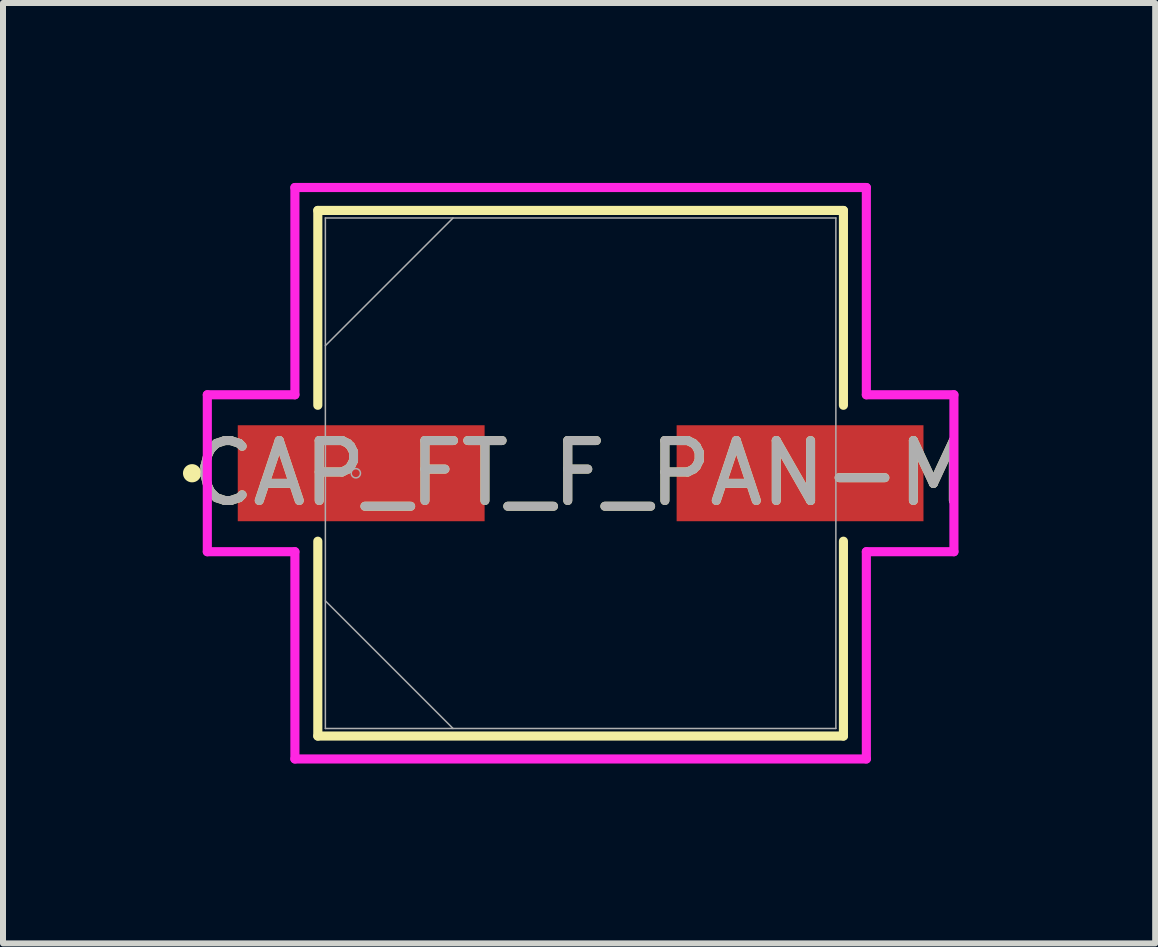
<source format=kicad_pcb>
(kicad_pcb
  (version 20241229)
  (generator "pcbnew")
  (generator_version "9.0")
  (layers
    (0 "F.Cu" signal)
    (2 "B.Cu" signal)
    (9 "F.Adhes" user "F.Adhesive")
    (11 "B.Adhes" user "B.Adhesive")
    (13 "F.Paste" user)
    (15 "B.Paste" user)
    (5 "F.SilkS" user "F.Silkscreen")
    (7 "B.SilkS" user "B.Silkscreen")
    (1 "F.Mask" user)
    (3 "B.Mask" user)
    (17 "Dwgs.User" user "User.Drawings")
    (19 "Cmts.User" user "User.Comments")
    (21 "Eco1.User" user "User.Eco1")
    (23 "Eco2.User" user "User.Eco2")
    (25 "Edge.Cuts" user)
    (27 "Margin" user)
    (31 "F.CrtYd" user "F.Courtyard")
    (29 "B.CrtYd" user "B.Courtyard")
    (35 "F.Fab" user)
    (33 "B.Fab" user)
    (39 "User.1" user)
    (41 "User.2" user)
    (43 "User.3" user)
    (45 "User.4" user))
  (footprint "CAP_FT_F_PAN-M"
    (layer "F.Cu")
    (at 6.629 4.839)
    (property "Reference" "CAP_FT_F_PAN-M" (at 0 0 0) (unlocked yes) (layer "F.SilkS") (effects (font (size 1 1) (thickness 0.15))))
    (attr smd)
    (fp_line (start -4.381 -4.381) (end -4.381 -1.133) (stroke (width 0.152) (type solid)) (layer "F.SilkS"))
    (fp_line (start -4.381 1.133) (end -4.381 4.381) (stroke (width 0.152) (type solid)) (layer "F.SilkS"))
    (fp_line (start -4.381 4.381) (end 4.381 4.381) (stroke (width 0.152) (type solid)) (layer "F.SilkS"))
    (fp_line (start 4.381 -4.381) (end -4.381 -4.381) (stroke (width 0.152) (type solid)) (layer "F.SilkS"))
    (fp_line (start 4.381 -1.133) (end 4.381 -4.381) (stroke (width 0.152) (type solid)) (layer "F.SilkS"))
    (fp_line (start 4.381 4.381) (end 4.381 1.133) (stroke (width 0.152) (type solid)) (layer "F.SilkS"))
    (fp_circle (center -6.477 0) (end -6.401 0) (stroke (width 0.152) (type solid)) (fill no) (layer "F.SilkS"))
    (fp_line (start -6.223 -1.308) (end -4.763 -1.308) (stroke (width 0.152) (type solid)) (layer "F.CrtYd"))
    (fp_line (start -6.223 1.308) (end -6.223 -1.308) (stroke (width 0.152) (type solid)) (layer "F.CrtYd"))
    (fp_line (start -4.763 -4.763) (end 4.763 -4.763) (stroke (width 0.152) (type solid)) (layer "F.CrtYd"))
    (fp_line (start -4.763 -1.308) (end -4.763 -4.763) (stroke (width 0.152) (type solid)) (layer "F.CrtYd"))
    (fp_line (start -4.763 1.308) (end -6.223 1.308) (stroke (width 0.152) (type solid)) (layer "F.CrtYd"))
    (fp_line (start -4.763 4.763) (end -4.763 1.308) (stroke (width 0.152) (type solid)) (layer "F.CrtYd"))
    (fp_line (start 4.763 -4.763) (end 4.763 -1.308) (stroke (width 0.152) (type solid)) (layer "F.CrtYd"))
    (fp_line (start 4.763 -1.308) (end 6.223 -1.308) (stroke (width 0.152) (type solid)) (layer "F.CrtYd"))
    (fp_line (start 4.763 1.308) (end 4.763 4.763) (stroke (width 0.152) (type solid)) (layer "F.CrtYd"))
    (fp_line (start 4.763 4.763) (end -4.763 4.763) (stroke (width 0.152) (type solid)) (layer "F.CrtYd"))
    (fp_line (start 6.223 -1.308) (end 6.223 1.308) (stroke (width 0.152) (type solid)) (layer "F.CrtYd"))
    (fp_line (start 6.223 1.308) (end 4.763 1.308) (stroke (width 0.152) (type solid)) (layer "F.CrtYd"))
    (fp_line (start -4.255 -4.255) (end -4.255 4.255) (stroke (width 0.025) (type solid)) (layer "F.Fab"))
    (fp_line (start -4.255 -2.127) (end -2.127 -4.255) (stroke (width 0.025) (type solid)) (layer "F.Fab"))
    (fp_line (start -4.255 2.127) (end -2.127 4.255) (stroke (width 0.025) (type solid)) (layer "F.Fab"))
    (fp_line (start -4.255 4.255) (end 4.255 4.255) (stroke (width 0.025) (type solid)) (layer "F.Fab"))
    (fp_line (start 4.255 -4.255) (end -4.255 -4.255) (stroke (width 0.025) (type solid)) (layer "F.Fab"))
    (fp_line (start 4.255 4.255) (end 4.255 -4.255) (stroke (width 0.025) (type solid)) (layer "F.Fab"))
    (fp_circle (center -3.747 0) (end -3.67 0) (stroke (width 0.025) (type solid)) (fill no) (layer "F.Fab"))
    (fp_text user "${REFERENCE}" (at 0 0 0) (unlocked yes) (layer "F.Fab") (effects (font (size 1 1) (thickness 0.15))))
    (pad "1" smd rect (at -3.658 0) (size 4.115 1.6) (layers "F.Cu" "F.Mask" "F.Paste"))
    (pad "2" smd rect (at 3.658 0) (size 4.115 1.6) (layers "F.Cu" "F.Mask" "F.Paste"))
    (zone (net_name "") (layer "F.Cu") (hatch full 0.508) (connect_pads) (min_thickness 0.254) (filled_areas_thickness no) (keepout (tracks not_allowed) (vias not_allowed) (pads allowed) (copperpour not_allowed) (footprints allowed)) (placement (enabled no)) (fill) (polygon (pts (xy 2.426 0.635) (xy 10.833 0.635) (xy 10.833 3.988) (xy 2.426 3.988))))
    (zone (net_name "") (layer "F.Cu") (hatch full 0.508) (connect_pads) (min_thickness 0.254) (filled_areas_thickness no) (keepout (tracks not_allowed) (vias not_allowed) (pads allowed) (copperpour not_allowed) (footprints allowed)) (placement (enabled no)) (fill) (polygon (pts (xy 2.426 5.69) (xy 10.833 5.69) (xy 10.833 9.042) (xy 2.426 9.042))))
    (zone (net_name "") (layer "F.Cu") (hatch full 0.508) (connect_pads) (min_thickness 0.254) (filled_areas_thickness no) (keepout (tracks not_allowed) (vias not_allowed) (pads allowed) (copperpour not_allowed) (footprints allowed)) (placement (enabled no)) (fill) (polygon (pts (xy 5.08 3.988) (xy 8.179 3.988) (xy 8.179 5.69) (xy 5.08 5.69)))))
  (gr_rect
    (start -3 -3)
    (end 16.207 12.677)
    (stroke (width 0.1) (type default))
    (fill no)
    (layer "Edge.Cuts")))
</source>
